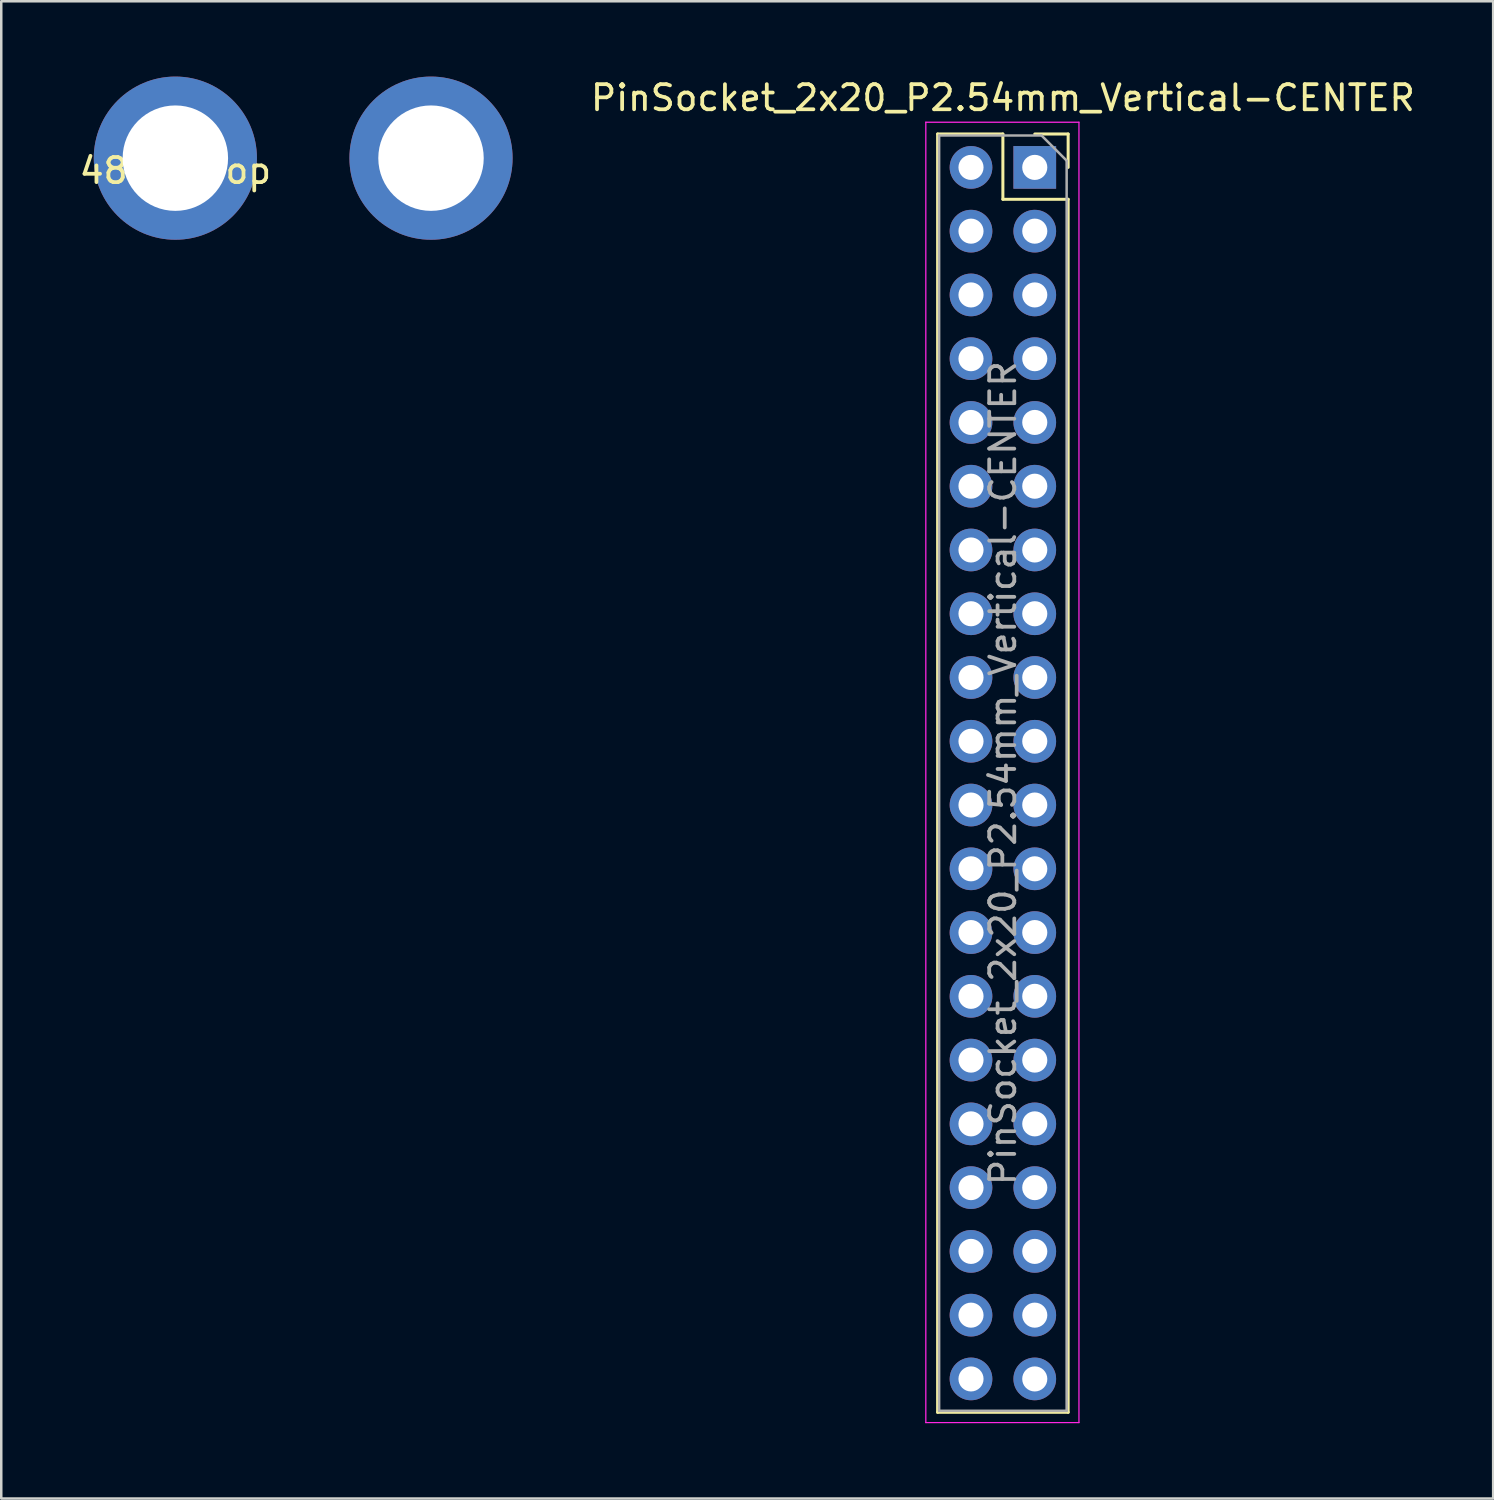
<source format=kicad_pcb>
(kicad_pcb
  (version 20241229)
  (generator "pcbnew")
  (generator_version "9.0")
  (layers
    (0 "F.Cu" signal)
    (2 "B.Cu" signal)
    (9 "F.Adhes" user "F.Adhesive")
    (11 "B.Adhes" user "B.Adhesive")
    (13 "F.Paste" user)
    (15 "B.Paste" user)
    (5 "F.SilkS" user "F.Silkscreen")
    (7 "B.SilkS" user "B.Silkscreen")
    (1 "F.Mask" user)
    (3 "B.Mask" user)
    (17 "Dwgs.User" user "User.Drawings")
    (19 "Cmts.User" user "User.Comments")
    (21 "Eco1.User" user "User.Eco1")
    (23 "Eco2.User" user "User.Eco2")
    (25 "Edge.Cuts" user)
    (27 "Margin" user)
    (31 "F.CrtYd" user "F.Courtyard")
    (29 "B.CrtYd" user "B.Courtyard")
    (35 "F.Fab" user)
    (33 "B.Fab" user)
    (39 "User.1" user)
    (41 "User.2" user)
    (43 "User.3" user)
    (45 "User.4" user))
  (footprint "4881"
    (layer "F.Cu")
    (at 14.119 3.25)
    (property "Reference" "4881" (at 0 0.5 0) (layer "F.SilkS") (effects (font (size 1 1) (thickness 0.15))))
    (attr through_hole)
    (pad "1" thru_hole circle (at 0 0) (size 6.5 6.5) (drill 4.2) (layers "*.Cu" "*.Mask")))
  (footprint "4881-Top"
    (layer "F.Cu")
    (at 3.935 3.25)
    (property "Reference" "4881-Top" (at 0 0.5 0) (layer "F.SilkS") (effects (font (size 1 1) (thickness 0.15))))
    (attr through_hole)
    (pad "1" thru_hole circle (at 0 0) (size 6.5 6.5) (drill 4.2) (layers "F.Cu" "F.Mask")))
  (footprint "PinSocket_2x20_P2.54mm_Vertical-CENTER"
    (layer "F.Cu")
    (at 36.899 27.748)
    (property "Reference" "PinSocket_2x20_P2.54mm_Vertical-CENTER" (at 0 -26.9 0) (layer "F.SilkS") (effects (font (size 1 1) (thickness 0.15))))
    (attr through_hole)
    (fp_line (start -2.6 -25.46) (end -2.6 25.46) (stroke (width 0.12) (type solid)) (layer "F.SilkS"))
    (fp_line (start -2.6 -25.46) (end 0 -25.46) (stroke (width 0.12) (type solid)) (layer "F.SilkS"))
    (fp_line (start -2.6 25.46) (end 2.6 25.46) (stroke (width 0.12) (type solid)) (layer "F.SilkS"))
    (fp_line (start 0 -25.46) (end 0 -22.86) (stroke (width 0.12) (type solid)) (layer "F.SilkS"))
    (fp_line (start 0 -22.86) (end 2.6 -22.86) (stroke (width 0.12) (type solid)) (layer "F.SilkS"))
    (fp_line (start 1.27 -25.46) (end 2.6 -25.46) (stroke (width 0.12) (type solid)) (layer "F.SilkS"))
    (fp_line (start 2.6 -25.46) (end 2.6 -24.13) (stroke (width 0.12) (type solid)) (layer "F.SilkS"))
    (fp_line (start 2.6 -22.86) (end 2.6 25.46) (stroke (width 0.12) (type solid)) (layer "F.SilkS"))
    (fp_line (start -3.07 -25.93) (end 3.03 -25.93) (stroke (width 0.05) (type solid)) (layer "F.CrtYd"))
    (fp_line (start -3.07 25.87) (end -3.07 -25.93) (stroke (width 0.05) (type solid)) (layer "F.CrtYd"))
    (fp_line (start 3.03 -25.93) (end 3.03 25.87) (stroke (width 0.05) (type solid)) (layer "F.CrtYd"))
    (fp_line (start 3.03 25.87) (end -3.07 25.87) (stroke (width 0.05) (type solid)) (layer "F.CrtYd"))
    (fp_line (start -2.54 -25.4) (end 1.54 -25.4) (stroke (width 0.1) (type solid)) (layer "F.Fab"))
    (fp_line (start -2.54 25.4) (end -2.54 -25.4) (stroke (width 0.1) (type solid)) (layer "F.Fab"))
    (fp_line (start 1.54 -25.4) (end 2.54 -24.4) (stroke (width 0.1) (type solid)) (layer "F.Fab"))
    (fp_line (start 2.54 -24.4) (end 2.54 25.4) (stroke (width 0.1) (type solid)) (layer "F.Fab"))
    (fp_line (start 2.54 25.4) (end -2.54 25.4) (stroke (width 0.1) (type solid)) (layer "F.Fab"))
    (fp_text user "${REFERENCE}" (at 0 0 90) (layer "F.Fab") (effects (font (size 1 1) (thickness 0.15))))
    (pad "1" thru_hole rect (at 1.27 -24.13) (size 1.7 1.7) (drill 1) (layers "*.Cu" "*.Mask"))
    (pad "2" thru_hole oval (at -1.27 -24.13) (size 1.7 1.7) (drill 1) (layers "*.Cu" "*.Mask"))
    (pad "3" thru_hole oval (at 1.27 -21.59) (size 1.7 1.7) (drill 1) (layers "*.Cu" "*.Mask"))
    (pad "4" thru_hole oval (at -1.27 -21.59) (size 1.7 1.7) (drill 1) (layers "*.Cu" "*.Mask"))
    (pad "5" thru_hole oval (at 1.27 -19.05) (size 1.7 1.7) (drill 1) (layers "*.Cu" "*.Mask"))
    (pad "6" thru_hole oval (at -1.27 -19.05) (size 1.7 1.7) (drill 1) (layers "*.Cu" "*.Mask"))
    (pad "7" thru_hole oval (at 1.27 -16.51) (size 1.7 1.7) (drill 1) (layers "*.Cu" "*.Mask"))
    (pad "8" thru_hole oval (at -1.27 -16.51) (size 1.7 1.7) (drill 1) (layers "*.Cu" "*.Mask"))
    (pad "9" thru_hole oval (at 1.27 -13.97) (size 1.7 1.7) (drill 1) (layers "*.Cu" "*.Mask"))
    (pad "10" thru_hole oval (at -1.27 -13.97) (size 1.7 1.7) (drill 1) (layers "*.Cu" "*.Mask"))
    (pad "11" thru_hole oval (at 1.27 -11.43) (size 1.7 1.7) (drill 1) (layers "*.Cu" "*.Mask"))
    (pad "12" thru_hole oval (at -1.27 -11.43) (size 1.7 1.7) (drill 1) (layers "*.Cu" "*.Mask"))
    (pad "13" thru_hole oval (at 1.27 -8.89) (size 1.7 1.7) (drill 1) (layers "*.Cu" "*.Mask"))
    (pad "14" thru_hole oval (at -1.27 -8.89) (size 1.7 1.7) (drill 1) (layers "*.Cu" "*.Mask"))
    (pad "15" thru_hole oval (at 1.27 -6.35) (size 1.7 1.7) (drill 1) (layers "*.Cu" "*.Mask"))
    (pad "16" thru_hole oval (at -1.27 -6.35) (size 1.7 1.7) (drill 1) (layers "*.Cu" "*.Mask"))
    (pad "17" thru_hole oval (at 1.27 -3.81) (size 1.7 1.7) (drill 1) (layers "*.Cu" "*.Mask"))
    (pad "18" thru_hole oval (at -1.27 -3.81) (size 1.7 1.7) (drill 1) (layers "*.Cu" "*.Mask"))
    (pad "19" thru_hole oval (at 1.27 -1.27) (size 1.7 1.7) (drill 1) (layers "*.Cu" "*.Mask"))
    (pad "20" thru_hole oval (at -1.27 -1.27) (size 1.7 1.7) (drill 1) (layers "*.Cu" "*.Mask"))
    (pad "21" thru_hole oval (at 1.27 1.27) (size 1.7 1.7) (drill 1) (layers "*.Cu" "*.Mask"))
    (pad "22" thru_hole oval (at -1.27 1.27) (size 1.7 1.7) (drill 1) (layers "*.Cu" "*.Mask"))
    (pad "23" thru_hole oval (at 1.27 3.81) (size 1.7 1.7) (drill 1) (layers "*.Cu" "*.Mask"))
    (pad "24" thru_hole oval (at -1.27 3.81) (size 1.7 1.7) (drill 1) (layers "*.Cu" "*.Mask"))
    (pad "25" thru_hole oval (at 1.27 6.35) (size 1.7 1.7) (drill 1) (layers "*.Cu" "*.Mask"))
    (pad "26" thru_hole oval (at -1.27 6.35) (size 1.7 1.7) (drill 1) (layers "*.Cu" "*.Mask"))
    (pad "27" thru_hole oval (at 1.27 8.89) (size 1.7 1.7) (drill 1) (layers "*.Cu" "*.Mask"))
    (pad "28" thru_hole oval (at -1.27 8.89) (size 1.7 1.7) (drill 1) (layers "*.Cu" "*.Mask"))
    (pad "29" thru_hole oval (at 1.27 11.43) (size 1.7 1.7) (drill 1) (layers "*.Cu" "*.Mask"))
    (pad "30" thru_hole oval (at -1.27 11.43) (size 1.7 1.7) (drill 1) (layers "*.Cu" "*.Mask"))
    (pad "31" thru_hole oval (at 1.27 13.97) (size 1.7 1.7) (drill 1) (layers "*.Cu" "*.Mask"))
    (pad "32" thru_hole oval (at -1.27 13.97) (size 1.7 1.7) (drill 1) (layers "*.Cu" "*.Mask"))
    (pad "33" thru_hole oval (at 1.27 16.51) (size 1.7 1.7) (drill 1) (layers "*.Cu" "*.Mask"))
    (pad "34" thru_hole oval (at -1.27 16.51) (size 1.7 1.7) (drill 1) (layers "*.Cu" "*.Mask"))
    (pad "35" thru_hole oval (at 1.27 19.05) (size 1.7 1.7) (drill 1) (layers "*.Cu" "*.Mask"))
    (pad "36" thru_hole oval (at -1.27 19.05) (size 1.7 1.7) (drill 1) (layers "*.Cu" "*.Mask"))
    (pad "37" thru_hole oval (at 1.27 21.59) (size 1.7 1.7) (drill 1) (layers "*.Cu" "*.Mask"))
    (pad "38" thru_hole oval (at -1.27 21.59) (size 1.7 1.7) (drill 1) (layers "*.Cu" "*.Mask"))
    (pad "39" thru_hole oval (at 1.27 24.13) (size 1.7 1.7) (drill 1) (layers "*.Cu" "*.Mask"))
    (pad "40" thru_hole oval (at -1.27 24.13) (size 1.7 1.7) (drill 1) (layers "*.Cu" "*.Mask")))
  (gr_rect
    (start -3 -3)
    (end 56.429 56.643)
    (stroke (width 0.1) (type default))
    (fill no)
    (layer "Edge.Cuts")))
</source>
